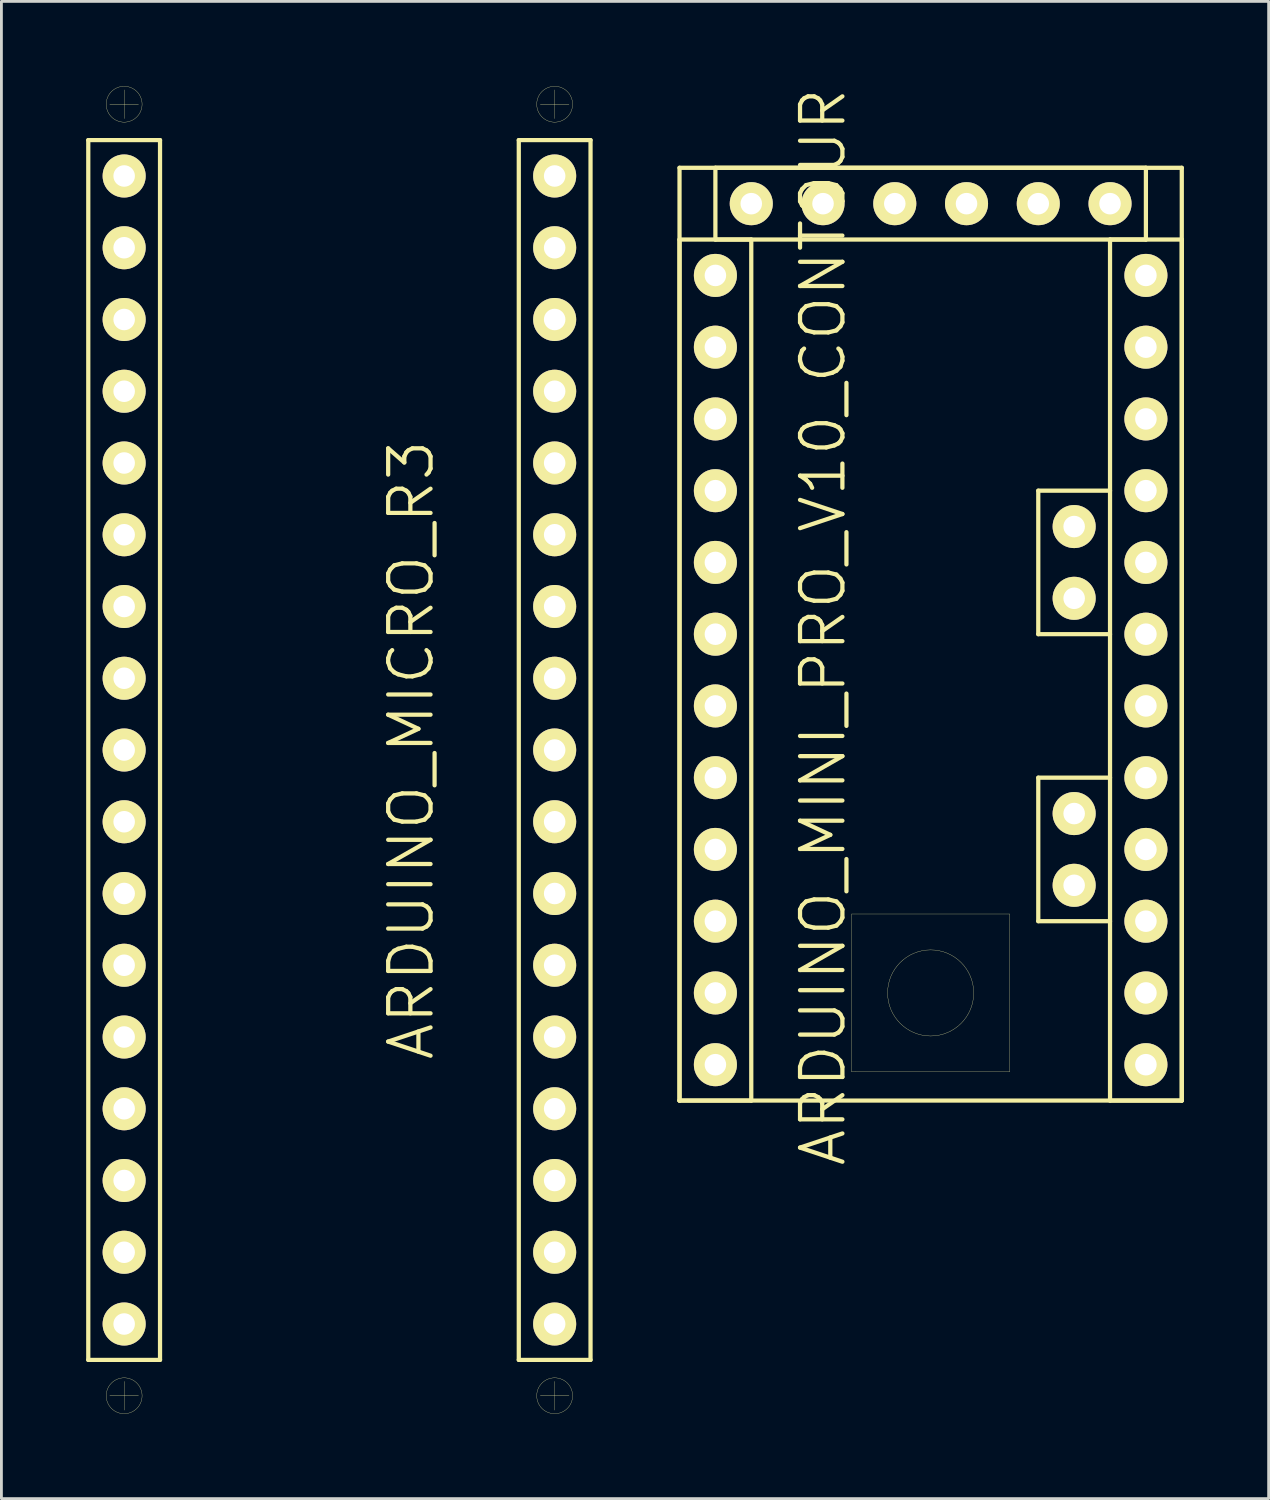
<source format=kicad_pcb>
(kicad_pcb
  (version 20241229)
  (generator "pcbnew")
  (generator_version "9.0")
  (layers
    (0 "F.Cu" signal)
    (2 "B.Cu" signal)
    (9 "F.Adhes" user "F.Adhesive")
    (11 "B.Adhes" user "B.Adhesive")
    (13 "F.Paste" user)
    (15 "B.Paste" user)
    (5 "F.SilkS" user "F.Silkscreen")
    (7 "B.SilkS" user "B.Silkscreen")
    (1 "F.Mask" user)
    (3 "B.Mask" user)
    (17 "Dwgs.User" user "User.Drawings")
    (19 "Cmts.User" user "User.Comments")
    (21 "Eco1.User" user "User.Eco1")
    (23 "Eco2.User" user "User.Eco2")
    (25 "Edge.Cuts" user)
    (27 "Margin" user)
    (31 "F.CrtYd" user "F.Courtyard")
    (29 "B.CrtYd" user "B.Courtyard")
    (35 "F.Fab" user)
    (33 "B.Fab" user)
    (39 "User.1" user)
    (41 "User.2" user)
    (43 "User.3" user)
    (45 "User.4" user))
  (footprint "ARDUINO_MICRO_R3"
    (layer "F.Cu")
    (at 8.965 23.5)
    (property "Reference" "ARDUINO_MICRO_R3" (at 2.54 0 90) (layer "F.SilkS") (effects (font (size 1.5 1.5) (thickness 0.15))))
    (attr through_hole)
    (fp_line (start -8.89 -21.59) (end -6.35 -21.59) (stroke (width 0.15) (type solid)) (layer "F.SilkS"))
    (fp_line (start -8.89 21.59) (end -8.89 -21.59) (stroke (width 0.15) (type solid)) (layer "F.SilkS"))
    (fp_line (start -8.128 -22.86) (end -7.112 -22.86) (stroke (width 0.01) (type solid)) (layer "F.SilkS"))
    (fp_line (start -8.128 22.86) (end -7.112 22.86) (stroke (width 0.01) (type solid)) (layer "F.SilkS"))
    (fp_line (start -7.62 -23.368) (end -7.62 -22.352) (stroke (width 0.01) (type solid)) (layer "F.SilkS"))
    (fp_line (start -7.62 22.352) (end -7.62 23.368) (stroke (width 0.01) (type solid)) (layer "F.SilkS"))
    (fp_line (start -6.35 -21.59) (end -6.35 21.59) (stroke (width 0.15) (type solid)) (layer "F.SilkS"))
    (fp_line (start -6.35 21.59) (end -8.89 21.59) (stroke (width 0.15) (type solid)) (layer "F.SilkS"))
    (fp_line (start 6.35 -21.59) (end 8.89 -21.59) (stroke (width 0.15) (type solid)) (layer "F.SilkS"))
    (fp_line (start 6.35 21.59) (end 6.35 -21.59) (stroke (width 0.15) (type solid)) (layer "F.SilkS"))
    (fp_line (start 7.112 -22.86) (end 8.128 -22.86) (stroke (width 0.01) (type solid)) (layer "F.SilkS"))
    (fp_line (start 7.112 22.86) (end 8.128 22.86) (stroke (width 0.01) (type solid)) (layer "F.SilkS"))
    (fp_line (start 7.62 -23.368) (end 7.62 -22.352) (stroke (width 0.01) (type solid)) (layer "F.SilkS"))
    (fp_line (start 7.62 22.352) (end 7.62 23.368) (stroke (width 0.01) (type solid)) (layer "F.SilkS"))
    (fp_line (start 8.89 -21.59) (end 8.89 21.59) (stroke (width 0.15) (type solid)) (layer "F.SilkS"))
    (fp_line (start 8.89 21.59) (end 6.35 21.59) (stroke (width 0.15) (type solid)) (layer "F.SilkS"))
    (fp_circle (center -7.62 -22.86) (end -6.985 -22.86) (stroke (width 0.01) (type solid)) (fill no) (layer "F.SilkS"))
    (fp_circle (center -7.62 22.86) (end -8.255 22.86) (stroke (width 0.01) (type solid)) (fill no) (layer "F.SilkS"))
    (fp_circle (center 7.62 -22.86) (end 6.985 -22.86) (stroke (width 0.01) (type solid)) (fill no) (layer "F.SilkS"))
    (fp_circle (center 7.62 22.86) (end 8.255 22.86) (stroke (width 0.01) (type solid)) (fill no) (layer "F.SilkS"))
    (pad "0" thru_hole circle (at -7.62 -12.7) (size 1.524 1.524) (drill 0.762) (layers "*.Cu" "*.Mask" "F.SilkS"))
    (pad "1" thru_hole circle (at -7.62 -15.24) (size 1.524 1.524) (drill 0.762) (layers "*.Cu" "*.Mask" "F.SilkS"))
    (pad "2" thru_hole circle (at -7.62 -5.08) (size 1.524 1.524) (drill 0.762) (layers "*.Cu" "*.Mask" "F.SilkS"))
    (pad "3" thru_hole circle (at -7.62 -2.54) (size 1.524 1.524) (drill 0.762) (layers "*.Cu" "*.Mask" "F.SilkS"))
    (pad "3V3" thru_hole circle (at 7.62 17.78) (size 1.524 1.524) (drill 0.762) (layers "*.Cu" "*.Mask" "F.SilkS"))
    (pad "4" thru_hole circle (at -7.62 0) (size 1.524 1.524) (drill 0.762) (layers "*.Cu" "*.Mask" "F.SilkS"))
    (pad "5" thru_hole circle (at -7.62 2.54) (size 1.524 1.524) (drill 0.762) (layers "*.Cu" "*.Mask" "F.SilkS"))
    (pad "5V" thru_hole circle (at 7.62 -7.62) (size 1.524 1.524) (drill 0.762) (layers "*.Cu" "*.Mask" "F.SilkS"))
    (pad "6" thru_hole circle (at -7.62 5.08) (size 1.524 1.524) (drill 0.762) (layers "*.Cu" "*.Mask" "F.SilkS"))
    (pad "7" thru_hole circle (at -7.62 7.62) (size 1.524 1.524) (drill 0.762) (layers "*.Cu" "*.Mask" "F.SilkS"))
    (pad "8" thru_hole circle (at -7.62 10.16) (size 1.524 1.524) (drill 0.762) (layers "*.Cu" "*.Mask" "F.SilkS"))
    (pad "9" thru_hole circle (at -7.62 12.7) (size 1.524 1.524) (drill 0.762) (layers "*.Cu" "*.Mask" "F.SilkS"))
    (pad "10" thru_hole circle (at -7.62 15.24) (size 1.524 1.524) (drill 0.762) (layers "*.Cu" "*.Mask" "F.SilkS"))
    (pad "11" thru_hole circle (at -7.62 17.78) (size 1.524 1.524) (drill 0.762) (layers "*.Cu" "*.Mask" "F.SilkS"))
    (pad "12" thru_hole circle (at -7.62 20.32) (size 1.524 1.524) (drill 0.762) (layers "*.Cu" "*.Mask" "F.SilkS"))
    (pad "13" thru_hole circle (at 7.62 20.32) (size 1.524 1.524) (drill 0.762) (layers "*.Cu" "*.Mask" "F.SilkS"))
    (pad "A0" thru_hole circle (at 7.62 12.7) (size 1.524 1.524) (drill 0.762) (layers "*.Cu" "*.Mask" "F.SilkS"))
    (pad "A1" thru_hole circle (at 7.62 10.16) (size 1.524 1.524) (drill 0.762) (layers "*.Cu" "*.Mask" "F.SilkS"))
    (pad "A2" thru_hole circle (at 7.62 7.62) (size 1.524 1.524) (drill 0.762) (layers "*.Cu" "*.Mask" "F.SilkS"))
    (pad "A3" thru_hole circle (at 7.62 5.08) (size 1.524 1.524) (drill 0.762) (layers "*.Cu" "*.Mask" "F.SilkS"))
    (pad "A4" thru_hole circle (at 7.62 2.54) (size 1.524 1.524) (drill 0.762) (layers "*.Cu" "*.Mask" "F.SilkS"))
    (pad "A5" thru_hole circle (at 7.62 0) (size 1.524 1.524) (drill 0.762) (layers "*.Cu" "*.Mask" "F.SilkS"))
    (pad "AREF" thru_hole circle (at 7.62 15.24) (size 1.524 1.524) (drill 0.762) (layers "*.Cu" "*.Mask" "F.SilkS"))
    (pad "GND1" thru_hole circle (at -7.62 -7.62) (size 1.524 1.524) (drill 0.762) (layers "*.Cu" "*.Mask" "F.SilkS"))
    (pad "GND2" thru_hole circle (at 7.62 -12.7) (size 1.524 1.524) (drill 0.762) (layers "*.Cu" "*.Mask" "F.SilkS"))
    (pad "MISO" thru_hole circle (at 7.62 -17.78) (size 1.524 1.524) (drill 0.762) (layers "*.Cu" "*.Mask" "F.SilkS"))
    (pad "MOSI" thru_hole circle (at -7.62 -20.32) (size 1.524 1.524) (drill 0.762) (layers "*.Cu" "*.Mask" "F.SilkS"))
    (pad "NC" thru_hole circle (at 7.62 -5.08) (size 1.524 1.524) (drill 0.762) (layers "*.Cu" "*.Mask" "F.SilkS"))
    (pad "NC" thru_hole circle (at 7.62 -2.54) (size 1.524 1.524) (drill 0.762) (layers "*.Cu" "*.Mask" "F.SilkS"))
    (pad "RST1" thru_hole circle (at -7.62 -10.16) (size 1.524 1.524) (drill 0.762) (layers "*.Cu" "*.Mask" "F.SilkS"))
    (pad "RST2" thru_hole circle (at 7.62 -10.16) (size 1.524 1.524) (drill 0.762) (layers "*.Cu" "*.Mask" "F.SilkS"))
    (pad "SCK" thru_hole circle (at 7.62 -20.32) (size 1.524 1.524) (drill 0.762) (layers "*.Cu" "*.Mask" "F.SilkS"))
    (pad "SS" thru_hole circle (at -7.62 -17.78) (size 1.524 1.524) (drill 0.762) (layers "*.Cu" "*.Mask" "F.SilkS"))
    (pad "VIN" thru_hole circle (at 7.62 -15.24) (size 1.524 1.524) (drill 0.762) (layers "*.Cu" "*.Mask" "F.SilkS")))
  (footprint "ARDUINO_MINI_PRO_V10_CONTOUR"
    (layer "F.Cu")
    (at 29.895 19.4)
    (property "Reference" "ARDUINO_MINI_PRO_V10_CONTOUR" (at -3.81 -0.254 90) (layer "F.SilkS") (effects (font (size 1.5 1.5) (thickness 0.15))))
    (attr through_hole)
    (fp_line (start -8.89 -16.51) (end -8.89 16.51) (stroke (width 0.15) (type solid)) (layer "F.SilkS"))
    (fp_line (start -8.89 -13.97) (end -6.35 -13.97) (stroke (width 0.15) (type solid)) (layer "F.SilkS"))
    (fp_line (start -8.89 16.51) (end -8.89 -13.97) (stroke (width 0.15) (type solid)) (layer "F.SilkS"))
    (fp_line (start -8.89 16.51) (end 8.89 16.51) (stroke (width 0.15) (type solid)) (layer "F.SilkS"))
    (fp_line (start -7.62 -16.51) (end 7.62 -16.51) (stroke (width 0.15) (type solid)) (layer "F.SilkS"))
    (fp_line (start -7.62 -13.97) (end -7.62 -16.51) (stroke (width 0.15) (type solid)) (layer "F.SilkS"))
    (fp_line (start -6.35 -13.97) (end -6.35 16.51) (stroke (width 0.15) (type solid)) (layer "F.SilkS"))
    (fp_line (start -6.35 16.51) (end -8.89 16.51) (stroke (width 0.15) (type solid)) (layer "F.SilkS"))
    (fp_line (start -2.794 9.906) (end 2.794 9.906) (stroke (width 0.01) (type solid)) (layer "F.SilkS"))
    (fp_line (start -2.794 15.494) (end -2.794 9.906) (stroke (width 0.01) (type solid)) (layer "F.SilkS"))
    (fp_line (start -2.667 15.494) (end -2.794 15.494) (stroke (width 0.01) (type solid)) (layer "F.SilkS"))
    (fp_line (start 2.794 9.906) (end 2.794 15.494) (stroke (width 0.01) (type solid)) (layer "F.SilkS"))
    (fp_line (start 2.794 15.494) (end -2.667 15.494) (stroke (width 0.01) (type solid)) (layer "F.SilkS"))
    (fp_line (start 3.81 -5.08) (end 3.81 0) (stroke (width 0.15) (type solid)) (layer "F.SilkS"))
    (fp_line (start 3.81 0) (end 6.35 0) (stroke (width 0.15) (type solid)) (layer "F.SilkS"))
    (fp_line (start 3.81 5.08) (end 3.81 10.16) (stroke (width 0.15) (type solid)) (layer "F.SilkS"))
    (fp_line (start 3.81 10.16) (end 6.35 10.16) (stroke (width 0.15) (type solid)) (layer "F.SilkS"))
    (fp_line (start 6.35 -13.97) (end 6.35 16.51) (stroke (width 0.15) (type solid)) (layer "F.SilkS"))
    (fp_line (start 6.35 -5.08) (end 3.81 -5.08) (stroke (width 0.15) (type solid)) (layer "F.SilkS"))
    (fp_line (start 6.35 5.08) (end 3.81 5.08) (stroke (width 0.15) (type solid)) (layer "F.SilkS"))
    (fp_line (start 6.35 16.51) (end 8.89 16.51) (stroke (width 0.15) (type solid)) (layer "F.SilkS"))
    (fp_line (start 7.62 -16.51) (end 7.62 -13.97) (stroke (width 0.15) (type solid)) (layer "F.SilkS"))
    (fp_line (start 7.62 -13.97) (end -7.62 -13.97) (stroke (width 0.15) (type solid)) (layer "F.SilkS"))
    (fp_line (start 8.89 -16.51) (end -8.89 -16.51) (stroke (width 0.15) (type solid)) (layer "F.SilkS"))
    (fp_line (start 8.89 -13.97) (end 6.35 -13.97) (stroke (width 0.15) (type solid)) (layer "F.SilkS"))
    (fp_line (start 8.89 16.51) (end 8.89 -16.51) (stroke (width 0.15) (type solid)) (layer "F.SilkS"))
    (fp_line (start 8.89 16.51) (end 8.89 -13.97) (stroke (width 0.15) (type solid)) (layer "F.SilkS"))
    (fp_circle (center 0 12.7) (end 0 14.224) (stroke (width 0.01) (type solid)) (fill no) (layer "F.SilkS"))
    (pad "2" thru_hole circle (at -7.62 -2.54) (size 1.524 1.524) (drill 0.762) (layers "*.Cu" "*.Mask" "F.SilkS"))
    (pad "3" thru_hole circle (at -7.62 0) (size 1.524 1.524) (drill 0.762) (layers "*.Cu" "*.Mask" "F.SilkS"))
    (pad "4" thru_hole circle (at -7.62 2.54) (size 1.524 1.524) (drill 0.762) (layers "*.Cu" "*.Mask" "F.SilkS"))
    (pad "5" thru_hole circle (at -7.62 5.08) (size 1.524 1.524) (drill 0.762) (layers "*.Cu" "*.Mask" "F.SilkS"))
    (pad "6" thru_hole circle (at -7.62 7.62) (size 1.524 1.524) (drill 0.762) (layers "*.Cu" "*.Mask" "F.SilkS"))
    (pad "7" thru_hole circle (at -7.62 10.16) (size 1.524 1.524) (drill 0.762) (layers "*.Cu" "*.Mask" "F.SilkS"))
    (pad "8" thru_hole circle (at -7.62 12.7) (size 1.524 1.524) (drill 0.762) (layers "*.Cu" "*.Mask" "F.SilkS"))
    (pad "9" thru_hole circle (at -7.62 15.24) (size 1.524 1.524) (drill 0.762) (layers "*.Cu" "*.Mask" "F.SilkS"))
    (pad "10" thru_hole circle (at 7.62 15.24) (size 1.524 1.524) (drill 0.762) (layers "*.Cu" "*.Mask" "F.SilkS"))
    (pad "11" thru_hole circle (at 7.62 12.7) (size 1.524 1.524) (drill 0.762) (layers "*.Cu" "*.Mask" "F.SilkS"))
    (pad "12" thru_hole circle (at 7.62 10.16) (size 1.524 1.524) (drill 0.762) (layers "*.Cu" "*.Mask" "F.SilkS"))
    (pad "13" thru_hole circle (at 7.62 7.62) (size 1.524 1.524) (drill 0.762) (layers "*.Cu" "*.Mask" "F.SilkS"))
    (pad "A0" thru_hole circle (at 7.62 5.08) (size 1.524 1.524) (drill 0.762) (layers "*.Cu" "*.Mask" "F.SilkS"))
    (pad "A1" thru_hole circle (at 7.62 2.54) (size 1.524 1.524) (drill 0.762) (layers "*.Cu" "*.Mask" "F.SilkS"))
    (pad "A2" thru_hole circle (at 7.62 0) (size 1.524 1.524) (drill 0.762) (layers "*.Cu" "*.Mask" "F.SilkS"))
    (pad "A3" thru_hole circle (at 7.62 -2.54) (size 1.524 1.524) (drill 0.762) (layers "*.Cu" "*.Mask" "F.SilkS"))
    (pad "A4" thru_hole circle (at 5.08 -1.27) (size 1.524 1.524) (drill 0.762) (layers "*.Cu" "*.Mask" "F.SilkS"))
    (pad "A5" thru_hole circle (at 5.08 -3.81) (size 1.524 1.524) (drill 0.762) (layers "*.Cu" "*.Mask" "F.SilkS"))
    (pad "A6" thru_hole circle (at 5.08 8.89) (size 1.524 1.524) (drill 0.762) (layers "*.Cu" "*.Mask" "F.SilkS"))
    (pad "A7" thru_hole circle (at 5.08 6.35) (size 1.524 1.524) (drill 0.762) (layers "*.Cu" "*.Mask" "F.SilkS"))
    (pad "BLK" thru_hole circle (at 6.35 -15.24) (size 1.524 1.524) (drill 0.762) (layers "*.Cu" "*.Mask" "F.SilkS"))
    (pad "GND1" thru_hole circle (at 3.81 -15.24) (size 1.524 1.524) (drill 0.762) (layers "*.Cu" "*.Mask" "F.SilkS"))
    (pad "GND2" thru_hole circle (at -7.62 -5.08) (size 1.524 1.524) (drill 0.762) (layers "*.Cu" "*.Mask" "F.SilkS"))
    (pad "GND3" thru_hole circle (at 7.62 -10.16) (size 1.524 1.524) (drill 0.762) (layers "*.Cu" "*.Mask" "F.SilkS"))
    (pad "GRN" thru_hole circle (at -6.35 -15.24) (size 1.524 1.524) (drill 0.762) (layers "*.Cu" "*.Mask" "F.SilkS"))
    (pad "RAW" thru_hole circle (at 7.62 -12.7) (size 1.524 1.524) (drill 0.762) (layers "*.Cu" "*.Mask" "F.SilkS"))
    (pad "RST1" thru_hole circle (at -7.62 -7.62) (size 1.524 1.524) (drill 0.762) (layers "*.Cu" "*.Mask" "F.SilkS"))
    (pad "RST2" thru_hole circle (at 7.62 -7.62) (size 1.524 1.524) (drill 0.762) (layers "*.Cu" "*.Mask" "F.SilkS"))
    (pad "RX/1" thru_hole circle (at -1.27 -15.24) (size 1.524 1.524) (drill 0.762) (layers "*.Cu" "*.Mask" "F.SilkS"))
    (pad "RX/2" thru_hole circle (at -7.62 -10.16) (size 1.524 1.524) (drill 0.762) (layers "*.Cu" "*.Mask" "F.SilkS"))
    (pad "TX/1" thru_hole circle (at -3.81 -15.24) (size 1.524 1.524) (drill 0.762) (layers "*.Cu" "*.Mask" "F.SilkS"))
    (pad "TX/2" thru_hole circle (at -7.62 -12.7) (size 1.524 1.524) (drill 0.762) (layers "*.Cu" "*.Mask" "F.SilkS"))
    (pad "VCC1" thru_hole circle (at 1.27 -15.24) (size 1.524 1.524) (drill 0.762) (layers "*.Cu" "*.Mask" "F.SilkS"))
    (pad "VCC2" thru_hole circle (at 7.62 -5.08) (size 1.524 1.524) (drill 0.762) (layers "*.Cu" "*.Mask" "F.SilkS")))
  (gr_rect
    (start -3 -3)
    (end 41.86 50)
    (stroke (width 0.1) (type default))
    (fill no)
    (layer "Edge.Cuts")))
</source>
